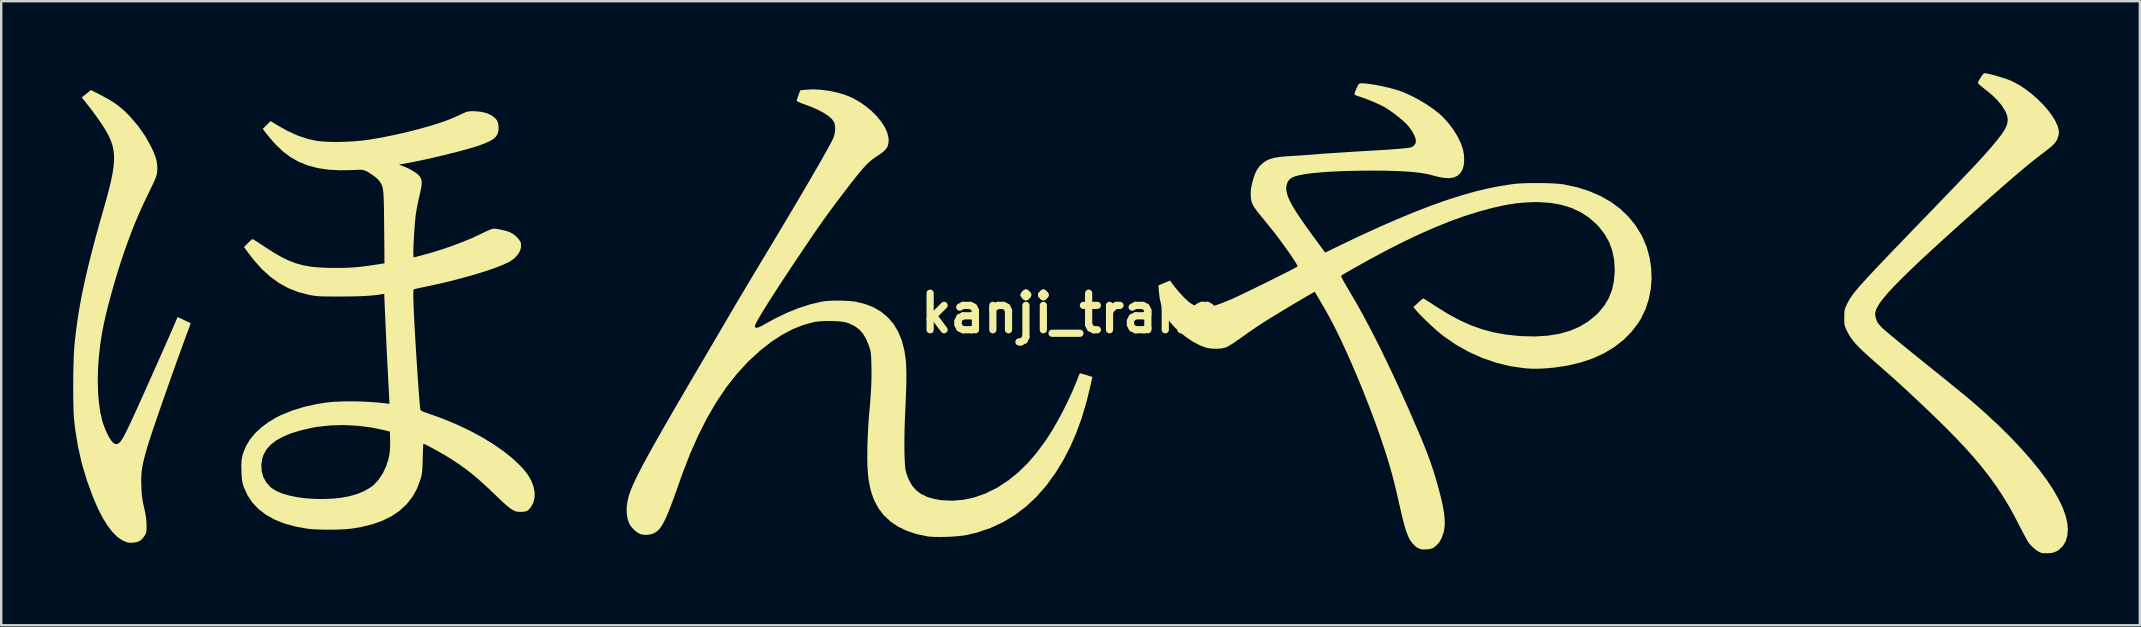
<source format=kicad_pcb>
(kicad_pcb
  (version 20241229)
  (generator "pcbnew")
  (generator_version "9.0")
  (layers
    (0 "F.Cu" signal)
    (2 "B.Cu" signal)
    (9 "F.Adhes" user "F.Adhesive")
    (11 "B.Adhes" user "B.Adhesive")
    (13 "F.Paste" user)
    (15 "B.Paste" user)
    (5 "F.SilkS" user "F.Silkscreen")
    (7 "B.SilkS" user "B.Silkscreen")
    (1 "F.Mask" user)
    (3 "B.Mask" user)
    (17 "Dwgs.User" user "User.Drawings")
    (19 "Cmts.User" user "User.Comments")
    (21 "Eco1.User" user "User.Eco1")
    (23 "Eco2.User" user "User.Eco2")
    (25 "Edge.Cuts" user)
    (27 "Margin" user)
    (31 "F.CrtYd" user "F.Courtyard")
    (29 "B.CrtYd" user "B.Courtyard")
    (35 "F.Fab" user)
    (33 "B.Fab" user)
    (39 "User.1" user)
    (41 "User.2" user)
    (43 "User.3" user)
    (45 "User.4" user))
  (footprint "kanji_trans"
    (layer "F.Cu")
    (at 41.546 10)
    (property "Reference" "kanji_trans" (at 0 0 0) (layer "F.SilkS") (effects (font (size 1.524 1.524) (thickness 0.3))))
    (attr board_only exclude_from_pos_files exclude_from_bom)
    (fp_poly (pts (xy -40.373 -9.076) (xy -40.083 -8.919) (xy -39.836 -8.767) (xy -39.619 -8.608) (xy -39.414 -8.431) (xy -39.207 -8.224) (xy -39.196 -8.213) (xy -38.841 -7.8) (xy -38.54 -7.369) (xy -38.316 -6.968) (xy -38.202 -6.728) (xy -38.121 -6.523) (xy -38.07 -6.341) (xy -38.046 -6.167) (xy -38.043 -5.989) (xy -38.045 -5.958) (xy -38.05 -5.884) (xy -38.058 -5.817) (xy -38.073 -5.75) (xy -38.097 -5.674) (xy -38.135 -5.581) (xy -38.187 -5.461) (xy -38.26 -5.308) (xy -38.354 -5.112) (xy -38.416 -4.984) (xy -38.62 -4.557) (xy -38.8 -4.16) (xy -38.964 -3.774) (xy -39.121 -3.381) (xy -39.277 -2.962) (xy -39.423 -2.549) (xy -39.562 -2.136) (xy -39.7 -1.699) (xy -39.834 -1.25) (xy -39.961 -0.801) (xy -40.078 -0.364) (xy -40.181 0.051) (xy -40.268 0.432) (xy -40.335 0.766) (xy -40.336 0.773) (xy -40.419 1.298) (xy -40.478 1.821) (xy -40.513 2.334) (xy -40.523 2.831) (xy -40.51 3.304) (xy -40.473 3.745) (xy -40.413 4.147) (xy -40.329 4.504) (xy -40.274 4.673) (xy -40.176 4.921) (xy -40.076 5.127) (xy -39.978 5.286) (xy -39.883 5.395) (xy -39.794 5.449) (xy -39.726 5.451) (xy -39.691 5.439) (xy -39.657 5.421) (xy -39.623 5.396) (xy -39.586 5.359) (xy -39.546 5.308) (xy -39.5 5.238) (xy -39.447 5.147) (xy -39.385 5.031) (xy -39.313 4.888) (xy -39.228 4.712) (xy -39.129 4.502) (xy -39.015 4.254) (xy -38.883 3.965) (xy -38.732 3.63) (xy -38.561 3.248) (xy -38.367 2.814) (xy -38.255 2.565) (xy -38.122 2.265) (xy -37.989 1.967) (xy -37.86 1.678) (xy -37.74 1.405) (xy -37.63 1.157) (xy -37.536 0.942) (xy -37.46 0.768) (xy -37.406 0.644) (xy -37.199 0.161) (xy -36.931 0.284) (xy -36.815 0.338) (xy -36.723 0.382) (xy -36.667 0.409) (xy -36.656 0.415) (xy -36.661 0.445) (xy -36.683 0.512) (xy -36.694 0.543) (xy -36.816 0.872) (xy -36.947 1.227) (xy -37.083 1.603) (xy -37.224 1.993) (xy -37.367 2.393) (xy -37.51 2.796) (xy -37.651 3.196) (xy -37.788 3.587) (xy -37.92 3.964) (xy -38.043 4.321) (xy -38.156 4.652) (xy -38.257 4.952) (xy -38.343 5.214) (xy -38.414 5.432) (xy -38.467 5.602) (xy -38.486 5.669) (xy -38.562 5.948) (xy -38.621 6.182) (xy -38.663 6.384) (xy -38.691 6.568) (xy -38.707 6.746) (xy -38.712 6.933) (xy -38.709 7.14) (xy -38.708 7.184) (xy -38.698 7.406) (xy -38.684 7.588) (xy -38.663 7.752) (xy -38.632 7.921) (xy -38.593 8.096) (xy -38.541 8.334) (xy -38.509 8.537) (xy -38.493 8.726) (xy -38.49 8.824) (xy -38.49 8.969) (xy -38.494 9.068) (xy -38.507 9.141) (xy -38.532 9.204) (xy -38.572 9.273) (xy -38.579 9.285) (xy -38.663 9.394) (xy -38.756 9.476) (xy -38.784 9.492) (xy -38.917 9.54) (xy -39.076 9.564) (xy -39.228 9.563) (xy -39.29 9.552) (xy -39.498 9.466) (xy -39.706 9.32) (xy -39.912 9.115) (xy -40.114 8.852) (xy -40.313 8.532) (xy -40.507 8.156) (xy -40.695 7.727) (xy -40.727 7.648) (xy -40.981 6.95) (xy -41.185 6.265) (xy -41.343 5.576) (xy -41.46 4.866) (xy -41.505 4.481) (xy -41.52 4.297) (xy -41.531 4.062) (xy -41.539 3.786) (xy -41.544 3.479) (xy -41.546 3.153) (xy -41.545 2.817) (xy -41.541 2.481) (xy -41.534 2.157) (xy -41.524 1.854) (xy -41.511 1.583) (xy -41.496 1.354) (xy -41.488 1.267) (xy -41.439 0.821) (xy -41.381 0.376) (xy -41.311 -0.073) (xy -41.23 -0.534) (xy -41.135 -1.011) (xy -41.026 -1.511) (xy -40.9 -2.041) (xy -40.757 -2.607) (xy -40.596 -3.214) (xy -40.414 -3.868) (xy -40.293 -4.295) (xy -40.164 -4.751) (xy -40.057 -5.154) (xy -39.971 -5.511) (xy -39.907 -5.828) (xy -39.865 -6.111) (xy -39.844 -6.365) (xy -39.846 -6.596) (xy -39.87 -6.811) (xy -39.917 -7.015) (xy -39.987 -7.215) (xy -40.08 -7.416) (xy -40.196 -7.624) (xy -40.335 -7.845) (xy -40.422 -7.974) (xy -40.542 -8.146) (xy -40.681 -8.338) (xy -40.821 -8.525) (xy -40.927 -8.66) (xy -41.189 -8.99) (xy -40.808 -9.298)) (stroke (width 0) (type solid)) (fill yes) (layer "F.SilkS"))
    (fp_poly (pts (xy 38.131 -10) (xy 38.154 -9.996) (xy 38.296 -9.965) (xy 38.473 -9.92) (xy 38.666 -9.864) (xy 38.861 -9.804) (xy 39.039 -9.744) (xy 39.185 -9.69) (xy 39.257 -9.658) (xy 39.526 -9.512) (xy 39.793 -9.337) (xy 40.052 -9.139) (xy 40.298 -8.923) (xy 40.526 -8.697) (xy 40.728 -8.466) (xy 40.901 -8.236) (xy 41.038 -8.013) (xy 41.134 -7.804) (xy 41.184 -7.615) (xy 41.189 -7.54) (xy 41.172 -7.409) (xy 41.127 -7.269) (xy 41.117 -7.244) (xy 41.079 -7.174) (xy 41.031 -7.106) (xy 40.964 -7.032) (xy 40.874 -6.947) (xy 40.752 -6.846) (xy 40.593 -6.721) (xy 40.39 -6.567) (xy 40.387 -6.564) (xy 40.207 -6.427) (xy 40.001 -6.262) (xy 39.767 -6.07) (xy 39.503 -5.848) (xy 39.206 -5.594) (xy 38.875 -5.307) (xy 38.508 -4.986) (xy 38.103 -4.628) (xy 37.659 -4.232) (xy 37.172 -3.797) (xy 36.838 -3.496) (xy 36.349 -3.054) (xy 35.906 -2.65) (xy 35.507 -2.281) (xy 35.151 -1.945) (xy 34.836 -1.642) (xy 34.56 -1.369) (xy 34.321 -1.124) (xy 34.117 -0.905) (xy 33.948 -0.711) (xy 33.81 -0.54) (xy 33.702 -0.389) (xy 33.623 -0.258) (xy 33.571 -0.145) (xy 33.553 -0.086) (xy 33.533 0.008) (xy 33.534 0.09) (xy 33.556 0.188) (xy 33.571 0.237) (xy 33.61 0.34) (xy 33.664 0.431) (xy 33.744 0.527) (xy 33.832 0.618) (xy 33.892 0.673) (xy 33.996 0.762) (xy 34.138 0.882) (xy 34.315 1.029) (xy 34.521 1.199) (xy 34.751 1.387) (xy 35.001 1.591) (xy 35.266 1.805) (xy 35.541 2.027) (xy 35.596 2.071) (xy 35.881 2.3) (xy 36.163 2.527) (xy 36.437 2.748) (xy 36.697 2.959) (xy 36.936 3.154) (xy 37.151 3.329) (xy 37.334 3.48) (xy 37.481 3.602) (xy 37.585 3.689) (xy 37.589 3.693) (xy 38.145 4.182) (xy 38.665 4.665) (xy 39.147 5.141) (xy 39.59 5.607) (xy 39.992 6.061) (xy 40.352 6.502) (xy 40.668 6.926) (xy 40.939 7.333) (xy 41.163 7.72) (xy 41.339 8.085) (xy 41.464 8.426) (xy 41.539 8.742) (xy 41.561 9.003) (xy 41.538 9.275) (xy 41.469 9.506) (xy 41.354 9.699) (xy 41.19 9.854) (xy 41.107 9.909) (xy 41.003 9.959) (xy 40.89 9.988) (xy 40.746 10) (xy 40.622 10.001) (xy 40.511 9.995) (xy 40.439 9.982) (xy 40.339 9.934) (xy 40.219 9.851) (xy 40.097 9.748) (xy 39.989 9.64) (xy 39.933 9.572) (xy 39.892 9.506) (xy 39.829 9.395) (xy 39.749 9.248) (xy 39.658 9.076) (xy 39.56 8.888) (xy 39.511 8.791) (xy 39.284 8.358) (xy 39.05 7.945) (xy 38.804 7.546) (xy 38.543 7.156) (xy 38.262 6.77) (xy 37.957 6.382) (xy 37.624 5.987) (xy 37.259 5.58) (xy 36.856 5.155) (xy 36.412 4.706) (xy 35.924 4.23) (xy 35.784 4.096) (xy 35.476 3.803) (xy 35.202 3.545) (xy 34.953 3.311) (xy 34.718 3.094) (xy 34.489 2.885) (xy 34.254 2.674) (xy 34.004 2.452) (xy 33.73 2.211) (xy 33.541 2.045) (xy 33.282 1.817) (xy 33.067 1.62) (xy 32.889 1.45) (xy 32.744 1.299) (xy 32.625 1.163) (xy 32.528 1.034) (xy 32.447 0.908) (xy 32.376 0.778) (xy 32.375 0.775) (xy 32.317 0.657) (xy 32.279 0.567) (xy 32.258 0.487) (xy 32.248 0.396) (xy 32.245 0.273) (xy 32.245 0.188) (xy 32.247 0.032) (xy 32.255 -0.081) (xy 32.271 -0.169) (xy 32.299 -0.251) (xy 32.327 -0.314) (xy 32.364 -0.391) (xy 32.401 -0.465) (xy 32.442 -0.539) (xy 32.488 -0.615) (xy 32.542 -0.696) (xy 32.606 -0.785) (xy 32.682 -0.883) (xy 32.773 -0.993) (xy 32.88 -1.119) (xy 33.007 -1.261) (xy 33.154 -1.424) (xy 33.325 -1.609) (xy 33.521 -1.819) (xy 33.745 -2.056) (xy 34 -2.323) (xy 34.286 -2.622) (xy 34.608 -2.956) (xy 34.966 -3.328) (xy 35.363 -3.739) (xy 35.706 -4.094) (xy 36.077 -4.478) (xy 36.407 -4.821) (xy 36.701 -5.126) (xy 36.961 -5.396) (xy 37.19 -5.636) (xy 37.392 -5.848) (xy 37.57 -6.035) (xy 37.726 -6.202) (xy 37.864 -6.351) (xy 37.987 -6.485) (xy 38.099 -6.608) (xy 38.201 -6.724) (xy 38.298 -6.834) (xy 38.393 -6.944) (xy 38.437 -6.997) (xy 38.639 -7.241) (xy 38.799 -7.45) (xy 38.918 -7.63) (xy 38.999 -7.789) (xy 39.044 -7.932) (xy 39.057 -8.067) (xy 39.038 -8.2) (xy 38.991 -8.338) (xy 38.949 -8.428) (xy 38.812 -8.65) (xy 38.619 -8.881) (xy 38.374 -9.116) (xy 38.12 -9.322) (xy 38.002 -9.415) (xy 37.905 -9.497) (xy 37.838 -9.561) (xy 37.811 -9.598) (xy 37.811 -9.6) (xy 37.829 -9.645) (xy 37.872 -9.725) (xy 37.931 -9.822) (xy 37.934 -9.827) (xy 37.998 -9.924) (xy 38.043 -9.978) (xy 38.083 -10)) (stroke (width 0) (type solid)) (fill yes) (layer "F.SilkS"))
    (fp_poly (pts (xy -10.372 -9.309) (xy -10.022 -9.26) (xy -9.676 -9.184) (xy -9.351 -9.084) (xy -9.1 -8.98) (xy -8.809 -8.821) (xy -8.536 -8.635) (xy -8.286 -8.429) (xy -8.064 -8.207) (xy -7.877 -7.978) (xy -7.73 -7.747) (xy -7.628 -7.52) (xy -7.576 -7.304) (xy -7.571 -7.221) (xy -7.58 -7.076) (xy -7.612 -6.955) (xy -7.676 -6.847) (xy -7.778 -6.742) (xy -7.925 -6.63) (xy -8.025 -6.564) (xy -8.136 -6.489) (xy -8.239 -6.415) (xy -8.338 -6.335) (xy -8.437 -6.245) (xy -8.542 -6.139) (xy -8.656 -6.013) (xy -8.785 -5.862) (xy -8.932 -5.68) (xy -9.104 -5.463) (xy -9.303 -5.205) (xy -9.491 -4.959) (xy -9.683 -4.707) (xy -9.864 -4.464) (xy -10.04 -4.226) (xy -10.215 -3.985) (xy -10.393 -3.734) (xy -10.58 -3.466) (xy -10.779 -3.176) (xy -10.997 -2.855) (xy -11.238 -2.498) (xy -11.505 -2.098) (xy -11.586 -1.978) (xy -11.86 -1.564) (xy -12.112 -1.18) (xy -12.34 -0.828) (xy -12.543 -0.511) (xy -12.718 -0.231) (xy -12.866 0.009) (xy -12.984 0.209) (xy -13.071 0.364) (xy -13.125 0.474) (xy -13.146 0.535) (xy -13.146 0.537) (xy -13.13 0.593) (xy -13.076 0.61) (xy -12.982 0.586) (xy -12.845 0.521) (xy -12.745 0.464) (xy -12.273 0.204) (xy -11.797 -0.022) (xy -11.325 -0.212) (xy -10.867 -0.362) (xy -10.433 -0.467) (xy -10.277 -0.495) (xy -10.103 -0.513) (xy -9.888 -0.524) (xy -9.65 -0.526) (xy -9.409 -0.52) (xy -9.184 -0.507) (xy -8.995 -0.486) (xy -8.956 -0.48) (xy -8.553 -0.383) (xy -8.192 -0.241) (xy -7.873 -0.053) (xy -7.596 0.18) (xy -7.361 0.458) (xy -7.169 0.78) (xy -7.02 1.145) (xy -6.914 1.555) (xy -6.861 1.916) (xy -6.845 2.101) (xy -6.836 2.312) (xy -6.831 2.555) (xy -6.833 2.836) (xy -6.841 3.159) (xy -6.854 3.531) (xy -6.873 3.958) (xy -6.878 4.063) (xy -6.896 4.47) (xy -6.908 4.859) (xy -6.914 5.227) (xy -6.915 5.567) (xy -6.911 5.873) (xy -6.901 6.139) (xy -6.887 6.36) (xy -6.866 6.53) (xy -6.846 6.628) (xy -6.74 6.923) (xy -6.602 7.171) (xy -6.428 7.374) (xy -6.214 7.535) (xy -5.957 7.657) (xy -5.654 7.744) (xy -5.348 7.792) (xy -4.894 7.812) (xy -4.438 7.771) (xy -3.983 7.67) (xy -3.534 7.511) (xy -3.094 7.294) (xy -3 7.24) (xy -2.576 6.959) (xy -2.176 6.636) (xy -1.796 6.268) (xy -1.431 5.849) (xy -1.077 5.375) (xy -0.94 5.172) (xy -0.731 4.84) (xy -0.516 4.465) (xy -0.302 4.064) (xy -0.098 3.653) (xy 0.088 3.251) (xy 0.246 2.873) (xy 0.264 2.827) (xy 0.313 2.7) (xy 0.355 2.595) (xy 0.384 2.526) (xy 0.393 2.505) (xy 0.425 2.507) (xy 0.502 2.526) (xy 0.609 2.558) (xy 0.661 2.574) (xy 0.918 2.658) (xy 0.845 2.99) (xy 0.67 3.704) (xy 0.473 4.366) (xy 0.249 4.984) (xy -0.003 5.563) (xy -0.287 6.111) (xy -0.606 6.634) (xy -0.634 6.676) (xy -1.007 7.189) (xy -1.41 7.648) (xy -1.843 8.053) (xy -2.306 8.405) (xy -2.798 8.702) (xy -3.318 8.945) (xy -3.867 9.133) (xy -4.312 9.241) (xy -4.487 9.268) (xy -4.702 9.291) (xy -4.943 9.308) (xy -5.194 9.319) (xy -5.439 9.324) (xy -5.663 9.321) (xy -5.852 9.31) (xy -5.948 9.299) (xy -6.401 9.205) (xy -6.811 9.069) (xy -7.176 8.893) (xy -7.495 8.678) (xy -7.768 8.423) (xy -7.993 8.13) (xy -8.17 7.799) (xy -8.189 7.754) (xy -8.275 7.519) (xy -8.344 7.271) (xy -8.396 7.002) (xy -8.432 6.704) (xy -8.454 6.369) (xy -8.461 5.99) (xy -8.456 5.559) (xy -8.455 5.516) (xy -8.447 5.27) (xy -8.435 5.009) (xy -8.422 4.752) (xy -8.408 4.517) (xy -8.393 4.321) (xy -8.39 4.28) (xy -8.355 3.892) (xy -8.329 3.555) (xy -8.309 3.258) (xy -8.295 2.993) (xy -8.287 2.747) (xy -8.284 2.511) (xy -8.286 2.275) (xy -8.288 2.22) (xy -8.293 2.009) (xy -8.299 1.847) (xy -8.307 1.723) (xy -8.319 1.625) (xy -8.335 1.54) (xy -8.358 1.458) (xy -8.386 1.375) (xy -8.499 1.094) (xy -8.631 0.866) (xy -8.787 0.684) (xy -8.976 0.542) (xy -9.203 0.432) (xy -9.349 0.382) (xy -9.473 0.356) (xy -9.644 0.338) (xy -9.845 0.327) (xy -10.061 0.323) (xy -10.276 0.328) (xy -10.475 0.341) (xy -10.643 0.361) (xy -10.676 0.367) (xy -11.119 0.486) (xy -11.567 0.665) (xy -12.018 0.903) (xy -12.471 1.2) (xy -12.923 1.555) (xy -13.374 1.967) (xy -13.444 2.037) (xy -13.898 2.531) (xy -14.331 3.083) (xy -14.743 3.692) (xy -15.132 4.359) (xy -15.5 5.083) (xy -15.846 5.864) (xy -16.17 6.702) (xy -16.253 6.937) (xy -16.396 7.346) (xy -16.523 7.699) (xy -16.636 8.003) (xy -16.737 8.26) (xy -16.828 8.476) (xy -16.912 8.654) (xy -16.99 8.799) (xy -17.065 8.915) (xy -17.138 9.007) (xy -17.213 9.079) (xy -17.291 9.134) (xy -17.375 9.179) (xy -17.379 9.181) (xy -17.526 9.223) (xy -17.694 9.237) (xy -17.856 9.22) (xy -17.937 9.195) (xy -18.061 9.122) (xy -18.191 9.011) (xy -18.306 8.881) (xy -18.379 8.766) (xy -18.449 8.568) (xy -18.484 8.332) (xy -18.484 8.075) (xy -18.448 7.808) (xy -18.384 7.566) (xy -18.341 7.443) (xy -18.289 7.311) (xy -18.229 7.168) (xy -18.157 7.01) (xy -18.074 6.835) (xy -17.977 6.641) (xy -17.865 6.425) (xy -17.737 6.184) (xy -17.592 5.916) (xy -17.427 5.619) (xy -17.242 5.29) (xy -17.035 4.926) (xy -16.805 4.524) (xy -16.55 4.084) (xy -16.269 3.6) (xy -15.961 3.073) (xy -15.624 2.497) (xy -15.256 1.872) (xy -15.178 1.739) (xy -15.015 1.461) (xy -14.838 1.16) (xy -14.655 0.849) (xy -14.475 0.542) (xy -14.305 0.253) (xy -14.154 -0.005) (xy -14.076 -0.139) (xy -13.956 -0.343) (xy -13.81 -0.589) (xy -13.644 -0.868) (xy -13.464 -1.17) (xy -13.277 -1.485) (xy -13.086 -1.802) (xy -12.9 -2.112) (xy -12.776 -2.318) (xy -12.447 -2.864) (xy -12.131 -3.391) (xy -11.829 -3.896) (xy -11.543 -4.378) (xy -11.274 -4.832) (xy -11.024 -5.258) (xy -10.794 -5.652) (xy -10.586 -6.011) (xy -10.4 -6.334) (xy -10.24 -6.618) (xy -10.105 -6.86) (xy -9.997 -7.057) (xy -9.919 -7.208) (xy -9.871 -7.31) (xy -9.862 -7.332) (xy -9.813 -7.515) (xy -9.797 -7.7) (xy -9.815 -7.868) (xy -9.846 -7.962) (xy -9.935 -8.088) (xy -10.08 -8.218) (xy -10.277 -8.349) (xy -10.522 -8.479) (xy -10.81 -8.604) (xy -11.07 -8.7) (xy -11.205 -8.75) (xy -11.312 -8.795) (xy -11.382 -8.832) (xy -11.402 -8.853) (xy -11.392 -8.9) (xy -11.365 -8.986) (xy -11.328 -9.089) (xy -11.255 -9.286) (xy -11.012 -9.313) (xy -10.708 -9.328)) (stroke (width 0) (type solid)) (fill yes) (layer "F.SilkS"))
    (fp_poly (pts (xy -24.828 -8.416) (xy -24.552 -8.392) (xy -24.31 -8.333) (xy -24.109 -8.24) (xy -23.955 -8.116) (xy -23.883 -8.023) (xy -23.844 -7.928) (xy -23.826 -7.801) (xy -23.824 -7.722) (xy -23.834 -7.584) (xy -23.867 -7.467) (xy -23.928 -7.364) (xy -24.024 -7.271) (xy -24.16 -7.185) (xy -24.341 -7.1) (xy -24.573 -7.011) (xy -24.773 -6.944) (xy -24.98 -6.88) (xy -25.236 -6.808) (xy -25.53 -6.729) (xy -25.85 -6.648) (xy -26.184 -6.566) (xy -26.522 -6.486) (xy -26.851 -6.412) (xy -27.16 -6.346) (xy -27.438 -6.29) (xy -27.513 -6.276) (xy -27.973 -6.192) (xy -27.822 -6.135) (xy -27.632 -6.056) (xy -27.451 -5.964) (xy -27.295 -5.868) (xy -27.179 -5.777) (xy -27.151 -5.749) (xy -27.088 -5.67) (xy -27.047 -5.59) (xy -27.026 -5.496) (xy -27.026 -5.381) (xy -27.046 -5.232) (xy -27.085 -5.041) (xy -27.113 -4.919) (xy -27.157 -4.725) (xy -27.2 -4.518) (xy -27.237 -4.322) (xy -27.265 -4.16) (xy -27.268 -4.141) (xy -27.284 -4.013) (xy -27.3 -3.845) (xy -27.317 -3.647) (xy -27.333 -3.432) (xy -27.347 -3.21) (xy -27.359 -2.994) (xy -27.368 -2.796) (xy -27.373 -2.627) (xy -27.375 -2.498) (xy -27.372 -2.434) (xy -27.362 -2.323) (xy -27.007 -2.415) (xy -26.581 -2.534) (xy -26.143 -2.671) (xy -25.708 -2.822) (xy -25.29 -2.981) (xy -24.902 -3.143) (xy -24.56 -3.303) (xy -24.524 -3.321) (xy -24.332 -3.414) (xy -24.179 -3.48) (xy -24.069 -3.516) (xy -24.024 -3.523) (xy -23.906 -3.513) (xy -23.754 -3.487) (xy -23.592 -3.45) (xy -23.442 -3.407) (xy -23.343 -3.37) (xy -23.206 -3.292) (xy -23.078 -3.188) (xy -22.973 -3.073) (xy -22.906 -2.962) (xy -22.896 -2.933) (xy -22.883 -2.77) (xy -22.926 -2.604) (xy -23.02 -2.442) (xy -23.161 -2.291) (xy -23.343 -2.16) (xy -23.421 -2.117) (xy -23.646 -2.014) (xy -23.926 -1.904) (xy -24.252 -1.789) (xy -24.619 -1.672) (xy -25.02 -1.553) (xy -25.447 -1.437) (xy -25.894 -1.323) (xy -26.353 -1.215) (xy -26.76 -1.127) (xy -26.937 -1.09) (xy -27.094 -1.057) (xy -27.222 -1.029) (xy -27.309 -1.009) (xy -27.343 -1.001) (xy -27.358 -0.987) (xy -27.368 -0.952) (xy -27.374 -0.887) (xy -27.376 -0.786) (xy -27.374 -0.641) (xy -27.368 -0.444) (xy -27.366 -0.362) (xy -27.358 -0.166) (xy -27.347 0.069) (xy -27.334 0.337) (xy -27.318 0.632) (xy -27.3 0.947) (xy -27.281 1.276) (xy -27.26 1.613) (xy -27.239 1.951) (xy -27.217 2.284) (xy -27.196 2.605) (xy -27.175 2.909) (xy -27.155 3.189) (xy -27.136 3.439) (xy -27.119 3.652) (xy -27.104 3.822) (xy -27.092 3.943) (xy -27.083 4.007) (xy -27.065 4.042) (xy -27.02 4.076) (xy -26.938 4.113) (xy -26.81 4.159) (xy -26.767 4.173) (xy -26.168 4.387) (xy -25.589 4.626) (xy -25.038 4.886) (xy -24.52 5.163) (xy -24.039 5.456) (xy -23.602 5.761) (xy -23.215 6.073) (xy -22.881 6.392) (xy -22.781 6.501) (xy -22.596 6.74) (xy -22.457 6.985) (xy -22.365 7.23) (xy -22.32 7.469) (xy -22.324 7.695) (xy -22.377 7.902) (xy -22.48 8.084) (xy -22.525 8.136) (xy -22.594 8.205) (xy -22.653 8.245) (xy -22.725 8.264) (xy -22.835 8.275) (xy -22.844 8.275) (xy -22.949 8.278) (xy -23.043 8.27) (xy -23.134 8.245) (xy -23.229 8.201) (xy -23.335 8.133) (xy -23.458 8.036) (xy -23.605 7.907) (xy -23.783 7.741) (xy -23.937 7.592) (xy -24.236 7.308) (xy -24.503 7.062) (xy -24.747 6.847) (xy -24.977 6.656) (xy -25.204 6.482) (xy -25.436 6.316) (xy -25.682 6.151) (xy -25.876 6.027) (xy -26.004 5.949) (xy -26.153 5.862) (xy -26.313 5.771) (xy -26.474 5.681) (xy -26.627 5.598) (xy -26.761 5.527) (xy -26.867 5.474) (xy -26.936 5.444) (xy -26.954 5.438) (xy -26.959 5.468) (xy -26.965 5.55) (xy -26.971 5.675) (xy -26.977 5.833) (xy -26.983 6.017) (xy -26.983 6.049) (xy -26.989 6.267) (xy -26.996 6.435) (xy -27.006 6.567) (xy -27.019 6.674) (xy -27.037 6.77) (xy -27.061 6.866) (xy -27.082 6.937) (xy -27.225 7.317) (xy -27.417 7.659) (xy -27.658 7.964) (xy -27.947 8.23) (xy -28.285 8.458) (xy -28.672 8.649) (xy -29.108 8.802) (xy -29.592 8.918) (xy -29.952 8.975) (xy -30.158 8.996) (xy -30.408 9.01) (xy -30.683 9.017) (xy -30.969 9.019) (xy -31.249 9.014) (xy -31.506 9.003) (xy -31.724 8.985) (xy -31.796 8.976) (xy -32.299 8.886) (xy -32.754 8.759) (xy -33.159 8.596) (xy -33.515 8.398) (xy -33.821 8.163) (xy -34.077 7.893) (xy -34.283 7.587) (xy -34.438 7.247) (xy -34.454 7.2) (xy -34.487 7.085) (xy -34.511 6.957) (xy -34.527 6.799) (xy -34.538 6.597) (xy -34.538 6.582) (xy -34.542 6.339) (xy -34.542 6.328) (xy -33.709 6.328) (xy -33.692 6.59) (xy -33.621 6.835) (xy -33.497 7.057) (xy -33.324 7.247) (xy -33.261 7.298) (xy -33.066 7.415) (xy -32.819 7.517) (xy -32.528 7.601) (xy -32.202 7.667) (xy -31.847 7.713) (xy -31.473 7.738) (xy -31.087 7.742) (xy -30.697 7.723) (xy -30.396 7.691) (xy -30.038 7.626) (xy -29.705 7.529) (xy -29.407 7.404) (xy -29.152 7.254) (xy -29.025 7.154) (xy -28.821 6.936) (xy -28.646 6.671) (xy -28.505 6.371) (xy -28.404 6.045) (xy -28.366 5.852) (xy -28.353 5.729) (xy -28.344 5.569) (xy -28.341 5.396) (xy -28.342 5.286) (xy -28.351 4.932) (xy -28.567 4.877) (xy -29.121 4.761) (xy -29.693 4.689) (xy -30.27 4.66) (xy -30.838 4.675) (xy -31.383 4.735) (xy -31.611 4.776) (xy -32.065 4.881) (xy -32.462 5.002) (xy -32.8 5.141) (xy -33.083 5.297) (xy -33.312 5.473) (xy -33.487 5.668) (xy -33.611 5.884) (xy -33.669 6.056) (xy -33.709 6.328) (xy -34.542 6.328) (xy -34.532 6.139) (xy -34.503 5.962) (xy -34.452 5.79) (xy -34.375 5.605) (xy -34.325 5.5) (xy -34.174 5.251) (xy -33.969 5.004) (xy -33.717 4.768) (xy -33.426 4.549) (xy -33.103 4.353) (xy -32.893 4.247) (xy -32.43 4.058) (xy -31.922 3.902) (xy -31.377 3.781) (xy -31.008 3.723) (xy -30.725 3.694) (xy -30.395 3.677) (xy -30.032 3.671) (xy -29.652 3.676) (xy -29.268 3.691) (xy -28.894 3.718) (xy -28.546 3.754) (xy -28.514 3.758) (xy -28.369 3.778) (xy -28.384 3.472) (xy -28.39 3.357) (xy -28.398 3.192) (xy -28.409 2.989) (xy -28.421 2.762) (xy -28.433 2.523) (xy -28.443 2.333) (xy -28.458 2.056) (xy -28.473 1.75) (xy -28.489 1.433) (xy -28.503 1.128) (xy -28.516 0.855) (xy -28.52 0.757) (xy -28.531 0.518) (xy -28.541 0.272) (xy -28.552 0.035) (xy -28.561 -0.178) (xy -28.569 -0.351) (xy -28.571 -0.397) (xy -28.589 -0.809) (xy -28.686 -0.792) (xy -28.882 -0.762) (xy -29.093 -0.739) (xy -29.33 -0.721) (xy -29.599 -0.708) (xy -29.91 -0.7) (xy -30.272 -0.697) (xy -30.406 -0.696) (xy -30.683 -0.696) (xy -30.908 -0.697) (xy -31.089 -0.7) (xy -31.235 -0.704) (xy -31.355 -0.711) (xy -31.458 -0.721) (xy -31.554 -0.734) (xy -31.651 -0.751) (xy -31.73 -0.766) (xy -32.169 -0.881) (xy -32.58 -1.043) (xy -32.967 -1.255) (xy -33.334 -1.519) (xy -33.684 -1.838) (xy -34.02 -2.215) (xy -34.207 -2.455) (xy -34.43 -2.756) (xy -34.265 -2.923) (xy -34.183 -3.003) (xy -34.116 -3.062) (xy -34.077 -3.089) (xy -34.074 -3.09) (xy -34.042 -3.074) (xy -33.966 -3.028) (xy -33.856 -2.958) (xy -33.719 -2.868) (xy -33.563 -2.765) (xy -33.533 -2.745) (xy -33.189 -2.524) (xy -32.873 -2.342) (xy -32.575 -2.197) (xy -32.281 -2.084) (xy -31.981 -2) (xy -31.663 -1.942) (xy -31.315 -1.906) (xy -30.925 -1.889) (xy -30.653 -1.886) (xy -30.344 -1.888) (xy -30.078 -1.895) (xy -29.833 -1.91) (xy -29.592 -1.932) (xy -29.333 -1.964) (xy -29.038 -2.007) (xy -29.005 -2.012) (xy -28.577 -2.079) (xy -28.59 -3.581) (xy -28.594 -3.944) (xy -28.597 -4.251) (xy -28.601 -4.507) (xy -28.607 -4.719) (xy -28.614 -4.891) (xy -28.624 -5.03) (xy -28.637 -5.141) (xy -28.653 -5.23) (xy -28.674 -5.302) (xy -28.699 -5.363) (xy -28.73 -5.419) (xy -28.766 -5.475) (xy -28.786 -5.503) (xy -28.854 -5.581) (xy -28.955 -5.67) (xy -29.067 -5.754) (xy -29.074 -5.758) (xy -29.205 -5.844) (xy -29.307 -5.906) (xy -29.393 -5.946) (xy -29.478 -5.968) (xy -29.578 -5.976) (xy -29.708 -5.974) (xy -29.883 -5.966) (xy -29.911 -5.965) (xy -30.44 -5.955) (xy -30.922 -5.982) (xy -31.363 -6.048) (xy -31.766 -6.154) (xy -32.137 -6.303) (xy -32.479 -6.494) (xy -32.798 -6.731) (xy -33.097 -7.015) (xy -33.217 -7.148) (xy -33.324 -7.273) (xy -33.425 -7.393) (xy -33.508 -7.496) (xy -33.556 -7.557) (xy -33.648 -7.683) (xy -33.484 -7.845) (xy -33.321 -8.006) (xy -33.074 -7.853) (xy -32.631 -7.602) (xy -32.204 -7.406) (xy -31.789 -7.266) (xy -31.415 -7.184) (xy -31.172 -7.156) (xy -30.882 -7.14) (xy -30.559 -7.135) (xy -30.217 -7.143) (xy -29.869 -7.161) (xy -29.53 -7.191) (xy -29.213 -7.231) (xy -29.201 -7.233) (xy -28.712 -7.317) (xy -28.191 -7.421) (xy -27.661 -7.541) (xy -27.145 -7.672) (xy -26.789 -7.772) (xy -26.508 -7.856) (xy -26.273 -7.93) (xy -26.068 -8) (xy -25.88 -8.071) (xy -25.693 -8.149) (xy -25.494 -8.239) (xy -25.415 -8.275) (xy -25.277 -8.339) (xy -25.176 -8.381) (xy -25.092 -8.404) (xy -25.007 -8.415) (xy -24.902 -8.417)) (stroke (width 0) (type solid)) (fill yes) (layer "F.SilkS"))
    (fp_poly (pts (xy 12.306 -9.57) (xy 12.514 -9.544) (xy 12.752 -9.505) (xy 13.006 -9.455) (xy 13.261 -9.396) (xy 13.503 -9.333) (xy 13.673 -9.281) (xy 13.949 -9.177) (xy 14.248 -9.038) (xy 14.554 -8.874) (xy 14.853 -8.693) (xy 15.13 -8.503) (xy 15.371 -8.314) (xy 15.497 -8.199) (xy 15.739 -7.938) (xy 15.954 -7.656) (xy 16.135 -7.363) (xy 16.275 -7.073) (xy 16.361 -6.815) (xy 16.399 -6.603) (xy 16.409 -6.386) (xy 16.392 -6.183) (xy 16.35 -6.013) (xy 16.334 -5.977) (xy 16.243 -5.828) (xy 16.123 -5.721) (xy 15.971 -5.654) (xy 15.783 -5.627) (xy 15.557 -5.64) (xy 15.287 -5.691) (xy 15.082 -5.746) (xy 14.866 -5.799) (xy 14.607 -5.844) (xy 14.304 -5.88) (xy 13.953 -5.907) (xy 13.55 -5.926) (xy 13.092 -5.938) (xy 12.607 -5.941) (xy 12.112 -5.938) (xy 11.638 -5.929) (xy 11.192 -5.914) (xy 10.78 -5.893) (xy 10.406 -5.867) (xy 10.076 -5.835) (xy 9.797 -5.799) (xy 9.573 -5.759) (xy 9.564 -5.757) (xy 9.372 -5.707) (xy 9.233 -5.649) (xy 9.135 -5.58) (xy 9.068 -5.491) (xy 9.052 -5.46) (xy 9.013 -5.351) (xy 8.995 -5.235) (xy 9 -5.109) (xy 9.03 -4.969) (xy 9.086 -4.81) (xy 9.17 -4.629) (xy 9.285 -4.421) (xy 9.432 -4.183) (xy 9.614 -3.911) (xy 9.831 -3.6) (xy 10.086 -3.247) (xy 10.133 -3.183) (xy 10.25 -3.024) (xy 10.358 -2.877) (xy 10.449 -2.753) (xy 10.518 -2.658) (xy 10.558 -2.604) (xy 10.562 -2.599) (xy 10.616 -2.525) (xy 11.171 -2.795) (xy 12.035 -3.208) (xy 12.851 -3.582) (xy 13.62 -3.918) (xy 14.342 -4.217) (xy 15.018 -4.478) (xy 15.648 -4.701) (xy 15.775 -4.744) (xy 16.317 -4.915) (xy 16.822 -5.059) (xy 17.303 -5.177) (xy 17.776 -5.275) (xy 18.255 -5.354) (xy 18.447 -5.381) (xy 18.63 -5.4) (xy 18.856 -5.413) (xy 19.113 -5.421) (xy 19.388 -5.424) (xy 19.667 -5.422) (xy 19.937 -5.415) (xy 20.185 -5.403) (xy 20.397 -5.387) (xy 20.56 -5.367) (xy 21.11 -5.248) (xy 21.622 -5.086) (xy 22.094 -4.882) (xy 22.525 -4.635) (xy 22.912 -4.348) (xy 23.253 -4.022) (xy 23.549 -3.658) (xy 23.796 -3.256) (xy 23.841 -3.167) (xy 24.014 -2.754) (xy 24.133 -2.323) (xy 24.201 -1.881) (xy 24.217 -1.435) (xy 24.181 -0.993) (xy 24.095 -0.563) (xy 23.957 -0.151) (xy 23.769 0.235) (xy 23.661 0.41) (xy 23.374 0.783) (xy 23.04 1.118) (xy 22.661 1.413) (xy 22.237 1.668) (xy 21.771 1.882) (xy 21.263 2.054) (xy 20.716 2.183) (xy 20.131 2.269) (xy 19.861 2.293) (xy 19.615 2.308) (xy 19.408 2.314) (xy 19.218 2.312) (xy 19.024 2.3) (xy 18.934 2.293) (xy 18.338 2.208) (xy 17.745 2.064) (xy 17.163 1.864) (xy 16.599 1.61) (xy 16.058 1.306) (xy 15.549 0.953) (xy 15.443 0.87) (xy 15.304 0.755) (xy 15.143 0.612) (xy 14.971 0.453) (xy 14.8 0.29) (xy 14.642 0.133) (xy 14.509 -0.005) (xy 14.422 -0.103) (xy 14.293 -0.257) (xy 14.49 -0.437) (xy 14.58 -0.519) (xy 14.654 -0.581) (xy 14.698 -0.615) (xy 14.705 -0.618) (xy 14.736 -0.602) (xy 14.809 -0.557) (xy 14.918 -0.488) (xy 15.053 -0.4) (xy 15.207 -0.299) (xy 15.219 -0.292) (xy 15.721 0.022) (xy 16.204 0.284) (xy 16.678 0.498) (xy 17.151 0.668) (xy 17.635 0.798) (xy 18.139 0.889) (xy 18.672 0.946) (xy 18.842 0.957) (xy 19.401 0.968) (xy 19.917 0.933) (xy 20.393 0.853) (xy 20.829 0.728) (xy 21.225 0.557) (xy 21.583 0.34) (xy 21.904 0.076) (xy 22.023 -0.044) (xy 22.256 -0.328) (xy 22.436 -0.632) (xy 22.565 -0.962) (xy 22.645 -1.323) (xy 22.679 -1.72) (xy 22.681 -1.827) (xy 22.655 -2.238) (xy 22.577 -2.617) (xy 22.445 -2.97) (xy 22.258 -3.3) (xy 22.012 -3.612) (xy 21.931 -3.699) (xy 21.62 -3.977) (xy 21.272 -4.205) (xy 20.887 -4.385) (xy 20.466 -4.515) (xy 20.007 -4.597) (xy 19.511 -4.629) (xy 19.22 -4.626) (xy 18.885 -4.608) (xy 18.571 -4.578) (xy 18.257 -4.531) (xy 17.925 -4.466) (xy 17.571 -4.384) (xy 17.008 -4.232) (xy 16.43 -4.05) (xy 15.835 -3.836) (xy 15.218 -3.589) (xy 14.575 -3.307) (xy 13.902 -2.988) (xy 13.196 -2.63) (xy 12.453 -2.233) (xy 11.798 -1.866) (xy 11.642 -1.777) (xy 11.503 -1.698) (xy 11.392 -1.632) (xy 11.317 -1.588) (xy 11.289 -1.57) (xy 11.286 -1.541) (xy 11.31 -1.477) (xy 11.362 -1.373) (xy 11.446 -1.226) (xy 11.555 -1.041) (xy 11.899 -0.455) (xy 12.249 0.173) (xy 12.604 0.847) (xy 12.968 1.569) (xy 13.34 2.341) (xy 13.723 3.166) (xy 14.117 4.046) (xy 14.523 4.984) (xy 14.539 5.021) (xy 14.717 5.448) (xy 14.871 5.838) (xy 15.006 6.207) (xy 15.129 6.574) (xy 15.245 6.954) (xy 15.342 7.299) (xy 15.441 7.68) (xy 15.516 8.012) (xy 15.567 8.3) (xy 15.594 8.551) (xy 15.6 8.773) (xy 15.584 8.971) (xy 15.558 9.109) (xy 15.476 9.357) (xy 15.359 9.56) (xy 15.21 9.714) (xy 15.099 9.786) (xy 14.989 9.822) (xy 14.847 9.841) (xy 14.7 9.843) (xy 14.576 9.825) (xy 14.561 9.82) (xy 14.414 9.742) (xy 14.275 9.614) (xy 14.154 9.449) (xy 14.098 9.342) (xy 14.05 9.231) (xy 14.004 9.11) (xy 13.959 8.972) (xy 13.911 8.809) (xy 13.86 8.614) (xy 13.802 8.379) (xy 13.737 8.097) (xy 13.676 7.828) (xy 13.579 7.404) (xy 13.486 7.023) (xy 13.392 6.666) (xy 13.291 6.314) (xy 13.18 5.95) (xy 13.065 5.593) (xy 12.877 5.037) (xy 12.67 4.461) (xy 12.449 3.874) (xy 12.217 3.284) (xy 11.978 2.701) (xy 11.735 2.132) (xy 11.493 1.587) (xy 11.254 1.074) (xy 11.022 0.601) (xy 10.801 0.178) (xy 10.754 0.093) (xy 10.687 -0.028) (xy 10.607 -0.169) (xy 10.519 -0.321) (xy 10.431 -0.474) (xy 10.347 -0.617) (xy 10.274 -0.74) (xy 10.218 -0.833) (xy 10.185 -0.885) (xy 10.18 -0.891) (xy 10.153 -0.878) (xy 10.078 -0.836) (xy 9.962 -0.77) (xy 9.809 -0.681) (xy 9.627 -0.574) (xy 9.42 -0.452) (xy 9.195 -0.318) (xy 9.126 -0.277) (xy 8.801 -0.082) (xy 8.52 0.089) (xy 8.272 0.242) (xy 8.048 0.384) (xy 7.836 0.521) (xy 7.628 0.661) (xy 7.412 0.81) (xy 7.18 0.974) (xy 6.983 1.114) (xy 6.812 1.232) (xy 6.657 1.33) (xy 6.53 1.401) (xy 6.445 1.437) (xy 6.282 1.469) (xy 6.087 1.481) (xy 5.886 1.474) (xy 5.704 1.447) (xy 5.653 1.434) (xy 5.389 1.335) (xy 5.117 1.192) (xy 4.845 1.013) (xy 4.585 0.809) (xy 4.348 0.588) (xy 4.144 0.358) (xy 3.985 0.128) (xy 3.925 0.017) (xy 3.798 -0.301) (xy 3.72 -0.627) (xy 3.688 -0.904) (xy 3.671 -1.159) (xy 4.156 -1.362) (xy 4.202 -1.294) (xy 4.295 -1.166) (xy 4.418 -1.012) (xy 4.557 -0.851) (xy 4.695 -0.699) (xy 4.746 -0.646) (xy 4.918 -0.485) (xy 5.076 -0.372) (xy 5.234 -0.3) (xy 5.407 -0.262) (xy 5.5 -0.254) (xy 5.642 -0.252) (xy 5.786 -0.267) (xy 5.944 -0.299) (xy 6.124 -0.352) (xy 6.336 -0.429) (xy 6.589 -0.531) (xy 6.704 -0.58) (xy 6.81 -0.627) (xy 6.955 -0.694) (xy 7.134 -0.779) (xy 7.339 -0.878) (xy 7.564 -0.987) (xy 7.803 -1.104) (xy 8.049 -1.224) (xy 8.294 -1.346) (xy 8.533 -1.465) (xy 8.759 -1.578) (xy 8.965 -1.682) (xy 9.144 -1.773) (xy 9.29 -1.849) (xy 9.397 -1.906) (xy 9.457 -1.941) (xy 9.467 -1.948) (xy 9.46 -1.981) (xy 9.42 -2.057) (xy 9.351 -2.17) (xy 9.258 -2.311) (xy 9.146 -2.476) (xy 9.019 -2.657) (xy 8.882 -2.848) (xy 8.739 -3.043) (xy 8.595 -3.234) (xy 8.454 -3.417) (xy 8.347 -3.55) (xy 8.224 -3.701) (xy 8.086 -3.871) (xy 7.954 -4.033) (xy 7.887 -4.115) (xy 7.755 -4.282) (xy 7.659 -4.417) (xy 7.593 -4.533) (xy 7.552 -4.642) (xy 7.528 -4.759) (xy 7.517 -4.894) (xy 7.517 -4.898) (xy 7.515 -5.048) (xy 7.527 -5.189) (xy 7.558 -5.347) (xy 7.583 -5.45) (xy 7.646 -5.673) (xy 7.711 -5.847) (xy 7.784 -5.987) (xy 7.871 -6.107) (xy 7.94 -6.181) (xy 8.05 -6.279) (xy 8.168 -6.357) (xy 8.303 -6.419) (xy 8.463 -6.467) (xy 8.659 -6.502) (xy 8.897 -6.529) (xy 9.187 -6.549) (xy 9.224 -6.551) (xy 9.433 -6.563) (xy 9.649 -6.576) (xy 9.852 -6.591) (xy 10.024 -6.604) (xy 10.104 -6.611) (xy 10.226 -6.621) (xy 10.401 -6.635) (xy 10.623 -6.651) (xy 10.885 -6.669) (xy 11.179 -6.688) (xy 11.497 -6.709) (xy 11.833 -6.73) (xy 12.178 -6.751) (xy 12.525 -6.772) (xy 12.868 -6.792) (xy 12.963 -6.798) (xy 13.226 -6.814) (xy 13.475 -6.832) (xy 13.702 -6.851) (xy 13.898 -6.869) (xy 14.054 -6.887) (xy 14.162 -6.903) (xy 14.199 -6.911) (xy 14.309 -6.971) (xy 14.379 -7.069) (xy 14.4 -7.169) (xy 14.377 -7.295) (xy 14.315 -7.448) (xy 14.219 -7.613) (xy 14.098 -7.778) (xy 14.042 -7.843) (xy 13.915 -7.969) (xy 13.75 -8.113) (xy 13.562 -8.263) (xy 13.368 -8.407) (xy 13.182 -8.531) (xy 13.066 -8.601) (xy 12.927 -8.672) (xy 12.748 -8.753) (xy 12.548 -8.839) (xy 12.344 -8.92) (xy 12.156 -8.989) (xy 12.012 -9.035) (xy 11.91 -9.071) (xy 11.848 -9.108) (xy 11.835 -9.129) (xy 11.847 -9.177) (xy 11.879 -9.263) (xy 11.923 -9.368) (xy 11.926 -9.375) (xy 11.975 -9.48) (xy 12.011 -9.541) (xy 12.048 -9.57) (xy 12.099 -9.579) (xy 12.143 -9.579)) (stroke (width 0) (type solid)) (fill yes) (layer "F.SilkS")))
  (gr_rect
    (start -3 -3)
    (end 86.107 23.002)
    (stroke (width 0.1) (type default))
    (fill no)
    (layer "Edge.Cuts")))
</source>
